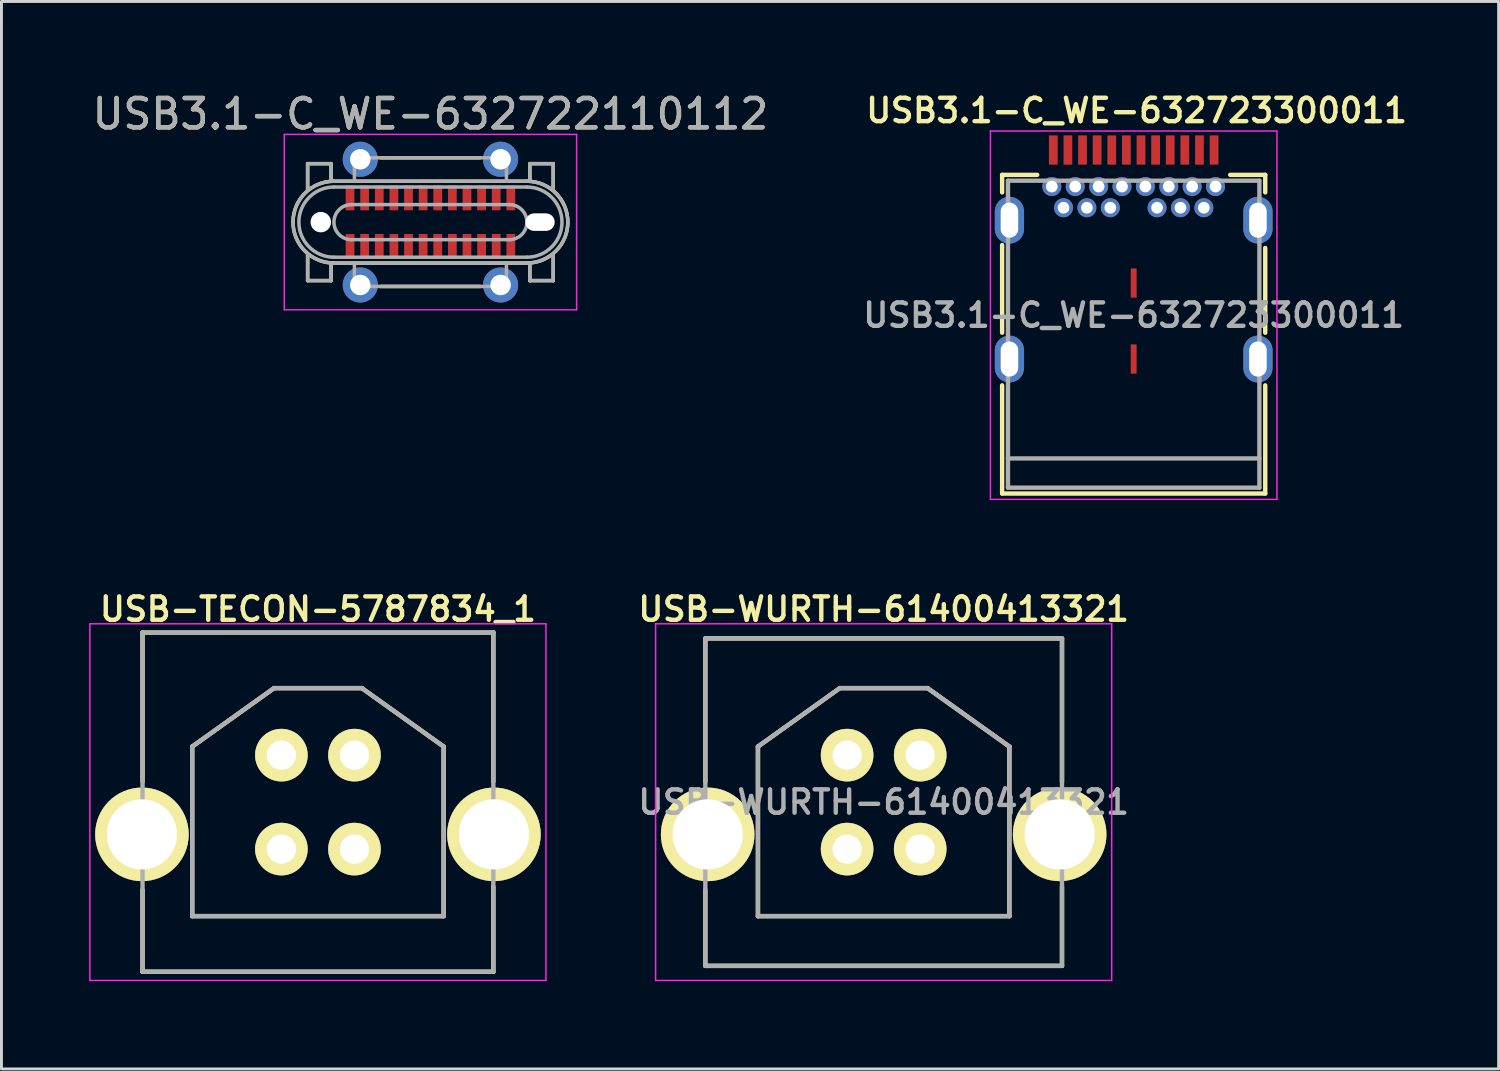
<source format=kicad_pcb>
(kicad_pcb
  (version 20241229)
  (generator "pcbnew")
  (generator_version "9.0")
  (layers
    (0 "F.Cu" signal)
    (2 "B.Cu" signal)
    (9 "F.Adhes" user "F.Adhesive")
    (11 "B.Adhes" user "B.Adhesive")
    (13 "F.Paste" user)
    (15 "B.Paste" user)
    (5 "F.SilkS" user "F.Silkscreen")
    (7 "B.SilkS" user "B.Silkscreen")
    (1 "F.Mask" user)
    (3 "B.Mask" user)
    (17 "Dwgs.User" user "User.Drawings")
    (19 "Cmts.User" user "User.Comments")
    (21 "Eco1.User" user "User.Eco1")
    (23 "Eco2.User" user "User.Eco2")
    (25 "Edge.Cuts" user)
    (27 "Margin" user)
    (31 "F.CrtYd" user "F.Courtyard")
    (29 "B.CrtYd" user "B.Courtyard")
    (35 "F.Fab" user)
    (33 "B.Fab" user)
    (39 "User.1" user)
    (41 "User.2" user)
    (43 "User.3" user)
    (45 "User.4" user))
  (footprint "USB-TECON-5787834_1"
    (layer "F.Cu")
    (at 7.825 24.387)
    (property "Reference" "USB-TECON-5787834_1" (at 0 -6.6 0) (layer "F.SilkS") (effects (font (size 0.8 0.8) (thickness 0.15))))
    (attr through_hole)
    (fp_line (start -6 -5.8) (end 6 -5.8) (stroke (width 0.15) (type solid)) (layer "F.SilkS"))
    (fp_line (start -6 -0.7) (end -6 -5.8) (stroke (width 0.15) (type solid)) (layer "F.SilkS"))
    (fp_line (start -6 3) (end -6 5.8) (stroke (width 0.15) (type solid)) (layer "F.SilkS"))
    (fp_line (start -6 5.8) (end 6 5.8) (stroke (width 0.15) (type solid)) (layer "F.SilkS"))
    (fp_line (start -4.3 -1.9) (end -1.5 -3.9) (stroke (width 0.15) (type solid)) (layer "F.SilkS"))
    (fp_line (start -4.3 3.9) (end -4.3 -1.9) (stroke (width 0.15) (type solid)) (layer "F.SilkS"))
    (fp_line (start -1.5 -3.9) (end 1.5 -3.9) (stroke (width 0.15) (type solid)) (layer "F.SilkS"))
    (fp_line (start 1.5 -3.9) (end 4.3 -1.9) (stroke (width 0.15) (type solid)) (layer "F.SilkS"))
    (fp_line (start 4.3 -1.9) (end 4.3 3.9) (stroke (width 0.15) (type solid)) (layer "F.SilkS"))
    (fp_line (start 4.3 3.9) (end -4.3 3.9) (stroke (width 0.15) (type solid)) (layer "F.SilkS"))
    (fp_line (start 6 -5.8) (end 6 -0.7) (stroke (width 0.15) (type solid)) (layer "F.SilkS"))
    (fp_line (start 6 5.8) (end 6 2.9) (stroke (width 0.15) (type solid)) (layer "F.SilkS"))
    (fp_line (start -7.8 -6.1) (end 7.8 -6.1) (stroke (width 0.05) (type solid)) (layer "F.CrtYd"))
    (fp_line (start -7.8 6.1) (end -7.8 -6.1) (stroke (width 0.05) (type solid)) (layer "F.CrtYd"))
    (fp_line (start 7.8 -6.1) (end 7.8 6.1) (stroke (width 0.05) (type solid)) (layer "F.CrtYd"))
    (fp_line (start 7.8 6.1) (end -7.8 6.1) (stroke (width 0.05) (type solid)) (layer "F.CrtYd"))
    (fp_line (start -6 -5.8) (end 6 -5.8) (stroke (width 0.15) (type solid)) (layer "F.Fab"))
    (fp_line (start -6 5.8) (end -6 -5.8) (stroke (width 0.15) (type solid)) (layer "F.Fab"))
    (fp_line (start -4.3 -1.9) (end -1.5 -3.9) (stroke (width 0.15) (type solid)) (layer "F.Fab"))
    (fp_line (start -4.3 3.9) (end -4.3 -1.9) (stroke (width 0.15) (type solid)) (layer "F.Fab"))
    (fp_line (start -4.3 3.9) (end 4.3 3.9) (stroke (width 0.15) (type solid)) (layer "F.Fab"))
    (fp_line (start -1.5 -3.9) (end 1.5 -3.9) (stroke (width 0.15) (type solid)) (layer "F.Fab"))
    (fp_line (start 1.5 -3.9) (end 4.3 -1.9) (stroke (width 0.15) (type solid)) (layer "F.Fab"))
    (fp_line (start 4.3 3.9) (end 4.3 -1.9) (stroke (width 0.15) (type solid)) (layer "F.Fab"))
    (fp_line (start 6 -5.8) (end 6 5.8) (stroke (width 0.15) (type solid)) (layer "F.Fab"))
    (fp_line (start 6 5.8) (end -6 5.8) (stroke (width 0.15) (type solid)) (layer "F.Fab"))
    (pad "1" thru_hole circle (at 1.25 -1.607) (size 1.8 1.8) (drill 1) (layers "*.Cu" "*.Mask" "F.SilkS"))
    (pad "2" thru_hole circle (at -1.25 -1.607) (size 1.8 1.8) (drill 1) (layers "*.Cu" "*.Mask" "F.SilkS"))
    (pad "3" thru_hole circle (at -1.25 1.607) (size 1.8 1.8) (drill 1) (layers "*.Cu" "*.Mask" "F.SilkS"))
    (pad "4" thru_hole circle (at 1.25 1.607) (size 1.8 1.8) (drill 1) (layers "*.Cu" "*.Mask" "F.SilkS"))
    (pad "S1" thru_hole circle (at -6.02 1.103) (size 3.2 3.2) (drill 2.4) (layers "*.Cu" "*.Mask" "F.SilkS"))
    (pad "S2" thru_hole circle (at 6.02 1.103) (size 3.2 3.2) (drill 2.4) (layers "*.Cu" "*.Mask" "F.SilkS")))
  (footprint "USB3.1-C_WE-632722110112"
    (layer "F.Cu")
    (at 11.673 4.548)
    (property "Reference" "USB3.1-C_WE-632722110112" (at 0 -3.7 0) (layer "F.SilkS") (effects (font (size 1 1) (thickness 0.15))))
    (attr smd)
    (fp_line (start -4.2 -2) (end -4.2 -1.1) (stroke (width 0.12) (type solid)) (layer "F.SilkS"))
    (fp_line (start -4.2 2) (end -4.2 1.1) (stroke (width 0.12) (type solid)) (layer "F.SilkS"))
    (fp_line (start -3.4 -2) (end -4.2 -2) (stroke (width 0.12) (type solid)) (layer "F.SilkS"))
    (fp_line (start -3.4 -1.4) (end -3.4 -2) (stroke (width 0.12) (type solid)) (layer "F.SilkS"))
    (fp_line (start -3.4 1.4) (end -3.4 2) (stroke (width 0.12) (type solid)) (layer "F.SilkS"))
    (fp_line (start -3.4 2) (end -4.2 2) (stroke (width 0.12) (type solid)) (layer "F.SilkS"))
    (fp_line (start -3.3 1.4) (end -3.4 1.4) (stroke (width 0.12) (type solid)) (layer "F.SilkS"))
    (fp_line (start -1.7 -2.2) (end 1.7 -2.2) (stroke (width 0.12) (type solid)) (layer "F.SilkS"))
    (fp_line (start -1.7 2.2) (end 1.7 2.2) (stroke (width 0.12) (type solid)) (layer "F.SilkS"))
    (fp_line (start 3.3 -1.4) (end -3.3 -1.4) (stroke (width 0.12) (type solid)) (layer "F.SilkS"))
    (fp_line (start 3.3 1.4) (end -3.3 1.4) (stroke (width 0.12) (type solid)) (layer "F.SilkS"))
    (fp_line (start 3.4 -2) (end 4.2 -2) (stroke (width 0.12) (type solid)) (layer "F.SilkS"))
    (fp_line (start 3.4 -1.4) (end 3.4 -2) (stroke (width 0.12) (type solid)) (layer "F.SilkS"))
    (fp_line (start 3.4 1.4) (end 3.4 2) (stroke (width 0.12) (type solid)) (layer "F.SilkS"))
    (fp_line (start 3.4 2) (end 4.2 2) (stroke (width 0.12) (type solid)) (layer "F.SilkS"))
    (fp_line (start 4.2 -2) (end 4.2 -1.1) (stroke (width 0.12) (type solid)) (layer "F.SilkS"))
    (fp_line (start 4.2 2) (end 4.2 1.1) (stroke (width 0.12) (type solid)) (layer "F.SilkS"))
    (fp_arc (start -3.3 1.4) (mid -4.7 0) (end -3.3 -1.4) (stroke (width 0.12) (type solid)) (layer "F.SilkS"))
    (fp_arc (start 3.3 -1.4) (mid 4.7 0) (end 3.3 1.4) (stroke (width 0.12) (type solid)) (layer "F.SilkS"))
    (fp_line (start -5 -3) (end 5 -3) (stroke (width 0.05) (type solid)) (layer "F.CrtYd"))
    (fp_line (start -5 3) (end -5 -3) (stroke (width 0.05) (type solid)) (layer "F.CrtYd"))
    (fp_line (start 5 -3) (end 5 3) (stroke (width 0.05) (type solid)) (layer "F.CrtYd"))
    (fp_line (start 5 3) (end -5 3) (stroke (width 0.05) (type solid)) (layer "F.CrtYd"))
    (fp_line (start -4.2 -2) (end -3.4 -2) (stroke (width 0.12) (type solid)) (layer "F.Fab"))
    (fp_line (start -4.2 -1.1) (end -4.2 -2) (stroke (width 0.12) (type solid)) (layer "F.Fab"))
    (fp_line (start -4.2 1.1) (end -4.2 2) (stroke (width 0.12) (type solid)) (layer "F.Fab"))
    (fp_line (start -4.2 2) (end -3.4 2) (stroke (width 0.12) (type solid)) (layer "F.Fab"))
    (fp_line (start -3.4 -2) (end -3.4 -1.4) (stroke (width 0.12) (type solid)) (layer "F.Fab"))
    (fp_line (start -3.4 2) (end -3.4 1.4) (stroke (width 0.12) (type solid)) (layer "F.Fab"))
    (fp_line (start -3.3 -1.2) (end 3.3 -1.2) (stroke (width 0.12) (type solid)) (layer "F.Fab"))
    (fp_line (start -3.3 1.2) (end 3.3 1.2) (stroke (width 0.12) (type solid)) (layer "F.Fab"))
    (fp_line (start -3.3 1.4) (end 3.3 1.4) (stroke (width 0.12) (type solid)) (layer "F.Fab"))
    (fp_line (start -2.7 -0.6) (end 2.7 -0.6) (stroke (width 0.12) (type solid)) (layer "F.Fab"))
    (fp_line (start -2.6 -2.2) (end 2.6 -2.2) (stroke (width 0.12) (type solid)) (layer "F.Fab"))
    (fp_line (start -2.6 -1.4) (end -2.6 -2.2) (stroke (width 0.12) (type solid)) (layer "F.Fab"))
    (fp_line (start -2.6 1.4) (end -2.6 2.2) (stroke (width 0.12) (type solid)) (layer "F.Fab"))
    (fp_line (start -2.6 2.2) (end 2.6 2.2) (stroke (width 0.12) (type solid)) (layer "F.Fab"))
    (fp_line (start 2.6 -2.2) (end 2.6 -1.4) (stroke (width 0.12) (type solid)) (layer "F.Fab"))
    (fp_line (start 2.6 2.2) (end 2.6 1.4) (stroke (width 0.12) (type solid)) (layer "F.Fab"))
    (fp_line (start 2.7 0.6) (end -2.7 0.6) (stroke (width 0.12) (type solid)) (layer "F.Fab"))
    (fp_line (start 3.3 -1.4) (end -3.3 -1.4) (stroke (width 0.12) (type solid)) (layer "F.Fab"))
    (fp_line (start 3.4 -2) (end 3.4 -1.4) (stroke (width 0.12) (type solid)) (layer "F.Fab"))
    (fp_line (start 3.4 2) (end 3.4 1.4) (stroke (width 0.12) (type solid)) (layer "F.Fab"))
    (fp_line (start 4.2 -2) (end 3.4 -2) (stroke (width 0.12) (type solid)) (layer "F.Fab"))
    (fp_line (start 4.2 -1.1) (end 4.2 -2) (stroke (width 0.12) (type solid)) (layer "F.Fab"))
    (fp_line (start 4.2 1.1) (end 4.2 2) (stroke (width 0.12) (type solid)) (layer "F.Fab"))
    (fp_line (start 4.2 2) (end 3.4 2) (stroke (width 0.12) (type solid)) (layer "F.Fab"))
    (fp_arc (start -3.3 1.2) (mid -4.5 0) (end -3.3 -1.2) (stroke (width 0.12) (type solid)) (layer "F.Fab"))
    (fp_arc (start -3.3 1.4) (mid -4.7 0) (end -3.3 -1.4) (stroke (width 0.12) (type solid)) (layer "F.Fab"))
    (fp_arc (start -2.7 0.6) (mid -3.3 0) (end -2.7 -0.6) (stroke (width 0.12) (type solid)) (layer "F.Fab"))
    (fp_arc (start 2.7 -0.6) (mid 3.3 0) (end 2.7 0.6) (stroke (width 0.12) (type solid)) (layer "F.Fab"))
    (fp_arc (start 3.3 -1.4) (mid 4.7 0) (end 3.3 1.4) (stroke (width 0.12) (type solid)) (layer "F.Fab"))
    (fp_arc (start 3.3 -1.2) (mid 4.5 0) (end 3.3 1.2) (stroke (width 0.12) (type solid)) (layer "F.Fab"))
    (fp_text user "${REFERENCE}" (at 0 -3.7 0) (layer "F.Fab") (effects (font (size 1 1) (thickness 0.15))))
    (pad "" np_thru_hole circle (at -3.75 0) (size 0.7 0.7) (drill 0.7) (layers "*.Cu" "*.Mask"))
    (pad "" np_thru_hole oval (at 3.75 0) (size 1 0.6) (drill oval 1 0.6) (layers "*.Cu" "*.Mask"))
    (pad "A1" smd rect (at -2.75 -0.83) (size 0.3 0.85) (layers "F.Cu" "F.Mask" "F.Paste"))
    (pad "A2" smd rect (at -2.25 -0.83) (size 0.3 0.85) (layers "F.Cu" "F.Mask" "F.Paste"))
    (pad "A3" smd rect (at -1.75 -0.83) (size 0.3 0.85) (layers "F.Cu" "F.Mask" "F.Paste"))
    (pad "A4" smd rect (at -1.25 -0.83) (size 0.3 0.85) (layers "F.Cu" "F.Mask" "F.Paste"))
    (pad "A5" smd rect (at -0.75 -0.83) (size 0.3 0.85) (layers "F.Cu" "F.Mask" "F.Paste"))
    (pad "A6" smd rect (at -0.25 -0.83) (size 0.3 0.85) (layers "F.Cu" "F.Mask" "F.Paste"))
    (pad "A7" smd rect (at 0.25 -0.83) (size 0.3 0.85) (layers "F.Cu" "F.Mask" "F.Paste"))
    (pad "A8" smd rect (at 0.75 -0.83) (size 0.3 0.85) (layers "F.Cu" "F.Mask" "F.Paste"))
    (pad "A9" smd rect (at 1.25 -0.83) (size 0.3 0.85) (layers "F.Cu" "F.Mask" "F.Paste"))
    (pad "A10" smd rect (at 1.75 -0.83) (size 0.3 0.85) (layers "F.Cu" "F.Mask" "F.Paste"))
    (pad "A11" smd rect (at 2.25 -0.83) (size 0.3 0.85) (layers "F.Cu" "F.Mask" "F.Paste"))
    (pad "A12" smd rect (at 2.75 -0.83) (size 0.3 0.85) (layers "F.Cu" "F.Mask" "F.Paste"))
    (pad "B1" smd rect (at 2.75 0.83) (size 0.3 0.85) (layers "F.Cu" "F.Mask" "F.Paste"))
    (pad "B2" smd rect (at 2.25 0.83) (size 0.3 0.85) (layers "F.Cu" "F.Mask" "F.Paste"))
    (pad "B3" smd rect (at 1.75 0.83) (size 0.3 0.85) (layers "F.Cu" "F.Mask" "F.Paste"))
    (pad "B4" smd rect (at 1.25 0.83) (size 0.3 0.85) (layers "F.Cu" "F.Mask" "F.Paste"))
    (pad "B5" smd rect (at 0.75 0.83) (size 0.3 0.85) (layers "F.Cu" "F.Mask" "F.Paste"))
    (pad "B6" smd rect (at 0.25 0.83) (size 0.3 0.85) (layers "F.Cu" "F.Mask" "F.Paste"))
    (pad "B7" smd rect (at -0.25 0.83) (size 0.3 0.85) (layers "F.Cu" "F.Mask" "F.Paste"))
    (pad "B8" smd rect (at -0.75 0.83) (size 0.3 0.85) (layers "F.Cu" "F.Mask" "F.Paste"))
    (pad "B9" smd rect (at -1.25 0.83) (size 0.3 0.85) (layers "F.Cu" "F.Mask" "F.Paste"))
    (pad "B10" smd rect (at -1.75 0.83) (size 0.3 0.85) (layers "F.Cu" "F.Mask" "F.Paste"))
    (pad "B11" smd rect (at -2.25 0.83) (size 0.3 0.85) (layers "F.Cu" "F.Mask" "F.Paste"))
    (pad "B12" smd rect (at -2.75 0.83) (size 0.3 0.85) (layers "F.Cu" "F.Mask" "F.Paste"))
    (pad "S1" thru_hole circle (at -2.4 -2.15) (size 1.2 1.2) (drill 0.7) (layers "*.Cu" "*.Mask"))
    (pad "S1" thru_hole circle (at -2.4 2.15) (size 1.2 1.2) (drill 0.7) (layers "*.Cu" "*.Mask"))
    (pad "S1" thru_hole circle (at 2.4 -2.15) (size 1.2 1.2) (drill 0.7) (layers "*.Cu" "*.Mask"))
    (pad "S1" thru_hole circle (at 2.4 2.15) (size 1.2 1.2) (drill 0.7) (layers "*.Cu" "*.Mask")))
  (footprint "USB3.1-C_WE-632723300011"
    (layer "F.Cu")
    (at 35.728 7.731)
    (property "Reference" "USB3.1-C_WE-632723300011" (at 0.1 -7 0) (layer "F.SilkS") (effects (font (size 0.8 0.8) (thickness 0.15))))
    (attr through_hole)
    (fp_line (start -4.5 -4.8) (end -4.5 -4.2) (stroke (width 0.15) (type solid)) (layer "F.SilkS"))
    (fp_line (start -4.5 -2.4) (end -4.5 0.6) (stroke (width 0.15) (type solid)) (layer "F.SilkS"))
    (fp_line (start -4.5 6.1) (end -4.5 2.4) (stroke (width 0.15) (type solid)) (layer "F.SilkS"))
    (fp_line (start -4.5 6.1) (end 4.5 6.1) (stroke (width 0.15) (type solid)) (layer "F.SilkS"))
    (fp_line (start -3.3 -4.8) (end -4.5 -4.8) (stroke (width 0.15) (type solid)) (layer "F.SilkS"))
    (fp_line (start 4.5 -4.8) (end 3.3 -4.8) (stroke (width 0.15) (type solid)) (layer "F.SilkS"))
    (fp_line (start 4.5 -4.8) (end 4.5 -4.2) (stroke (width 0.15) (type solid)) (layer "F.SilkS"))
    (fp_line (start 4.5 0.6) (end 4.5 -2.3) (stroke (width 0.15) (type solid)) (layer "F.SilkS"))
    (fp_line (start 4.5 2.4) (end 4.5 6.1) (stroke (width 0.15) (type solid)) (layer "F.SilkS"))
    (fp_line (start -4.9 -6.3) (end -4.9 6.3) (stroke (width 0.05) (type solid)) (layer "F.CrtYd"))
    (fp_line (start -4.9 6.3) (end 4.9 6.3) (stroke (width 0.05) (type solid)) (layer "F.CrtYd"))
    (fp_line (start 4.9 -6.3) (end -4.9 -6.3) (stroke (width 0.05) (type solid)) (layer "F.CrtYd"))
    (fp_line (start 4.9 6.3) (end 4.9 -6.3) (stroke (width 0.05) (type solid)) (layer "F.CrtYd"))
    (fp_line (start -4.3 -4.6) (end -4.3 5.9) (stroke (width 0.15) (type solid)) (layer "F.Fab"))
    (fp_line (start -4.3 5.9) (end 4.3 5.9) (stroke (width 0.15) (type solid)) (layer "F.Fab"))
    (fp_line (start 4.3 -4.6) (end -4.3 -4.6) (stroke (width 0.15) (type solid)) (layer "F.Fab"))
    (fp_line (start 4.3 4.9) (end -4.3 4.9) (stroke (width 0.15) (type solid)) (layer "F.Fab"))
    (fp_line (start 4.3 5.9) (end 4.3 -4.6) (stroke (width 0.15) (type solid)) (layer "F.Fab"))
    (fp_text user "${REFERENCE}" (at 0 0 0) (layer "F.Fab") (effects (font (size 0.8 0.8) (thickness 0.15))))
    (pad "" smd rect (at 0 -1.1) (size 0.2 1) (layers "F.Cu" "F.Mask" "F.Paste"))
    (pad "" smd rect (at 0 1.5) (size 0.2 1) (layers "F.Cu" "F.Mask" "F.Paste"))
    (pad "A1" smd rect (at -2.75 -5.65) (size 0.3 1) (layers "F.Cu" "F.Mask" "F.Paste"))
    (pad "A2" smd rect (at -2.25 -5.65) (size 0.3 1) (layers "F.Cu" "F.Mask" "F.Paste"))
    (pad "A3" smd rect (at -1.75 -5.65) (size 0.3 1) (layers "F.Cu" "F.Mask" "F.Paste"))
    (pad "A4" smd rect (at -1.25 -5.65) (size 0.3 1) (layers "F.Cu" "F.Mask" "F.Paste"))
    (pad "A5" smd rect (at -0.75 -5.65) (size 0.3 1) (layers "F.Cu" "F.Mask" "F.Paste"))
    (pad "A6" smd rect (at -0.25 -5.65) (size 0.3 1) (layers "F.Cu" "F.Mask" "F.Paste"))
    (pad "A7" smd rect (at 0.25 -5.65) (size 0.3 1) (layers "F.Cu" "F.Mask" "F.Paste"))
    (pad "A8" smd rect (at 0.75 -5.65) (size 0.3 1) (layers "F.Cu" "F.Mask" "F.Paste"))
    (pad "A9" smd rect (at 1.25 -5.65) (size 0.3 1) (layers "F.Cu" "F.Mask" "F.Paste"))
    (pad "A10" smd rect (at 1.75 -5.65) (size 0.3 1) (layers "F.Cu" "F.Mask" "F.Paste"))
    (pad "A11" smd rect (at 2.25 -5.65) (size 0.3 1) (layers "F.Cu" "F.Mask" "F.Paste"))
    (pad "A12" smd rect (at 2.75 -5.65) (size 0.3 1) (layers "F.Cu" "F.Mask" "F.Paste"))
    (pad "B1" thru_hole circle (at 2.8 -4.4) (size 0.65 0.65) (drill 0.4) (layers "*.Cu" "*.Mask"))
    (pad "B2" thru_hole circle (at 2.4 -3.675) (size 0.65 0.65) (drill 0.4) (layers "*.Cu" "*.Mask"))
    (pad "B3" thru_hole circle (at 1.6 -3.675) (size 0.65 0.65) (drill 0.4) (layers "*.Cu" "*.Mask"))
    (pad "B4" thru_hole circle (at 1.2 -4.4) (size 0.65 0.65) (drill 0.4) (layers "*.Cu" "*.Mask"))
    (pad "B5" thru_hole circle (at 0.8 -3.675) (size 0.65 0.65) (drill 0.4) (layers "*.Cu" "*.Mask"))
    (pad "B6" thru_hole circle (at 0.4 -4.4) (size 0.65 0.65) (drill 0.4) (layers "*.Cu" "*.Mask"))
    (pad "B7" thru_hole circle (at -0.4 -4.4) (size 0.65 0.65) (drill 0.4) (layers "*.Cu" "*.Mask"))
    (pad "B8" thru_hole circle (at -0.8 -3.675) (size 0.65 0.65) (drill 0.4) (layers "*.Cu" "*.Mask"))
    (pad "B9" thru_hole circle (at -1.2 -4.4) (size 0.65 0.65) (drill 0.4) (layers "*.Cu" "*.Mask"))
    (pad "B10" thru_hole circle (at -1.6 -3.675) (size 0.65 0.65) (drill 0.4) (layers "*.Cu" "*.Mask"))
    (pad "B11" thru_hole circle (at -2.4 -3.675) (size 0.65 0.65) (drill 0.4) (layers "*.Cu" "*.Mask"))
    (pad "B12" thru_hole circle (at -2.8 -4.4) (size 0.65 0.65) (drill 0.4) (layers "*.Cu" "*.Mask"))
    (pad "S1" thru_hole oval (at -4.25 -3.25) (size 1 1.6) (drill oval 0.6 1.2) (layers "*.Cu" "*.Mask"))
    (pad "S1" thru_hole oval (at -4.25 1.5) (size 1 1.6) (drill oval 0.6 1.2) (layers "*.Cu" "*.Mask"))
    (pad "S1" thru_hole circle (at -2 -4.4) (size 0.65 0.65) (drill 0.4) (layers "*.Cu" "*.Mask"))
    (pad "S1" thru_hole circle (at 2 -4.4) (size 0.65 0.65) (drill 0.4) (layers "*.Cu" "*.Mask"))
    (pad "S1" thru_hole oval (at 4.25 -3.25) (size 1 1.6) (drill oval 0.6 1.2) (layers "*.Cu" "*.Mask"))
    (pad "S1" thru_hole oval (at 4.25 1.5) (size 1 1.6) (drill oval 0.6 1.2) (layers "*.Cu" "*.Mask")))
  (footprint "USB-WURTH-61400413321"
    (layer "F.Cu")
    (at 27.176 24.387)
    (property "Reference" "USB-WURTH-61400413321" (at 0 -6.6 0) (layer "F.SilkS") (effects (font (size 0.8 0.8) (thickness 0.15))))
    (attr through_hole)
    (fp_line (start -6.1 -5.6) (end 6.1 -5.6) (stroke (width 0.15) (type solid)) (layer "F.SilkS"))
    (fp_line (start -6.1 -0.7) (end -6.1 -5.6) (stroke (width 0.15) (type solid)) (layer "F.SilkS"))
    (fp_line (start -6.1 3) (end -6.1 5.6) (stroke (width 0.15) (type solid)) (layer "F.SilkS"))
    (fp_line (start -6.1 5.6) (end 6.1 5.6) (stroke (width 0.15) (type solid)) (layer "F.SilkS"))
    (fp_line (start -4.3 -1.9) (end -1.5 -3.9) (stroke (width 0.15) (type solid)) (layer "F.SilkS"))
    (fp_line (start -4.3 3.9) (end -4.3 -1.9) (stroke (width 0.15) (type solid)) (layer "F.SilkS"))
    (fp_line (start -1.5 -3.9) (end 1.5 -3.9) (stroke (width 0.15) (type solid)) (layer "F.SilkS"))
    (fp_line (start 1.5 -3.9) (end 4.3 -1.9) (stroke (width 0.15) (type solid)) (layer "F.SilkS"))
    (fp_line (start 4.3 -1.9) (end 4.3 3.9) (stroke (width 0.15) (type solid)) (layer "F.SilkS"))
    (fp_line (start 4.3 3.9) (end -4.3 3.9) (stroke (width 0.15) (type solid)) (layer "F.SilkS"))
    (fp_line (start 6.1 -5.6) (end 6.1 -0.7) (stroke (width 0.15) (type solid)) (layer "F.SilkS"))
    (fp_line (start 6.1 5.6) (end 6.1 2.9) (stroke (width 0.15) (type solid)) (layer "F.SilkS"))
    (fp_line (start -7.8 -6.1) (end 7.8 -6.1) (stroke (width 0.05) (type solid)) (layer "F.CrtYd"))
    (fp_line (start -7.8 6.1) (end -7.8 -6.1) (stroke (width 0.05) (type solid)) (layer "F.CrtYd"))
    (fp_line (start 7.8 -6.1) (end 7.8 6.1) (stroke (width 0.05) (type solid)) (layer "F.CrtYd"))
    (fp_line (start 7.8 6.1) (end -7.8 6.1) (stroke (width 0.05) (type solid)) (layer "F.CrtYd"))
    (fp_line (start -6.1 -5.6) (end 6.1 -5.6) (stroke (width 0.15) (type solid)) (layer "F.Fab"))
    (fp_line (start -6.1 5.6) (end -6.1 -5.6) (stroke (width 0.15) (type solid)) (layer "F.Fab"))
    (fp_line (start -4.3 -1.9) (end -1.5 -3.9) (stroke (width 0.15) (type solid)) (layer "F.Fab"))
    (fp_line (start -4.3 3.9) (end -4.3 -1.9) (stroke (width 0.15) (type solid)) (layer "F.Fab"))
    (fp_line (start -4.3 3.9) (end 4.3 3.9) (stroke (width 0.15) (type solid)) (layer "F.Fab"))
    (fp_line (start -1.5 -3.9) (end 1.5 -3.9) (stroke (width 0.15) (type solid)) (layer "F.Fab"))
    (fp_line (start 1.5 -3.9) (end 4.3 -1.9) (stroke (width 0.15) (type solid)) (layer "F.Fab"))
    (fp_line (start 4.3 3.9) (end 4.3 -1.9) (stroke (width 0.15) (type solid)) (layer "F.Fab"))
    (fp_line (start 6.1 -5.6) (end 6.1 5.6) (stroke (width 0.15) (type solid)) (layer "F.Fab"))
    (fp_line (start 6.1 5.6) (end -6.1 5.6) (stroke (width 0.15) (type solid)) (layer "F.Fab"))
    (fp_text user "${REFERENCE}" (at 0 0 0) (layer "F.Fab") (effects (font (size 0.8 0.8) (thickness 0.15))))
    (pad "1" thru_hole circle (at 1.25 -1.607) (size 1.8 1.8) (drill 1) (layers "*.Cu" "*.Mask" "F.SilkS"))
    (pad "2" thru_hole circle (at -1.25 -1.607) (size 1.8 1.8) (drill 1) (layers "*.Cu" "*.Mask" "F.SilkS"))
    (pad "3" thru_hole circle (at -1.25 1.607) (size 1.8 1.8) (drill 1) (layers "*.Cu" "*.Mask" "F.SilkS"))
    (pad "4" thru_hole circle (at 1.25 1.607) (size 1.8 1.8) (drill 1) (layers "*.Cu" "*.Mask" "F.SilkS"))
    (pad "S1" thru_hole circle (at -6.02 1.103) (size 3.2 3.2) (drill 2.4) (layers "*.Cu" "*.Mask" "F.SilkS"))
    (pad "S2" thru_hole circle (at 6.02 1.103) (size 3.2 3.2) (drill 2.4) (layers "*.Cu" "*.Mask" "F.SilkS")))
  (gr_rect
    (start -3 -3)
    (end 48.211 33.513)
    (stroke (width 0.1) (type default))
    (fill no)
    (layer "Edge.Cuts")))
</source>
